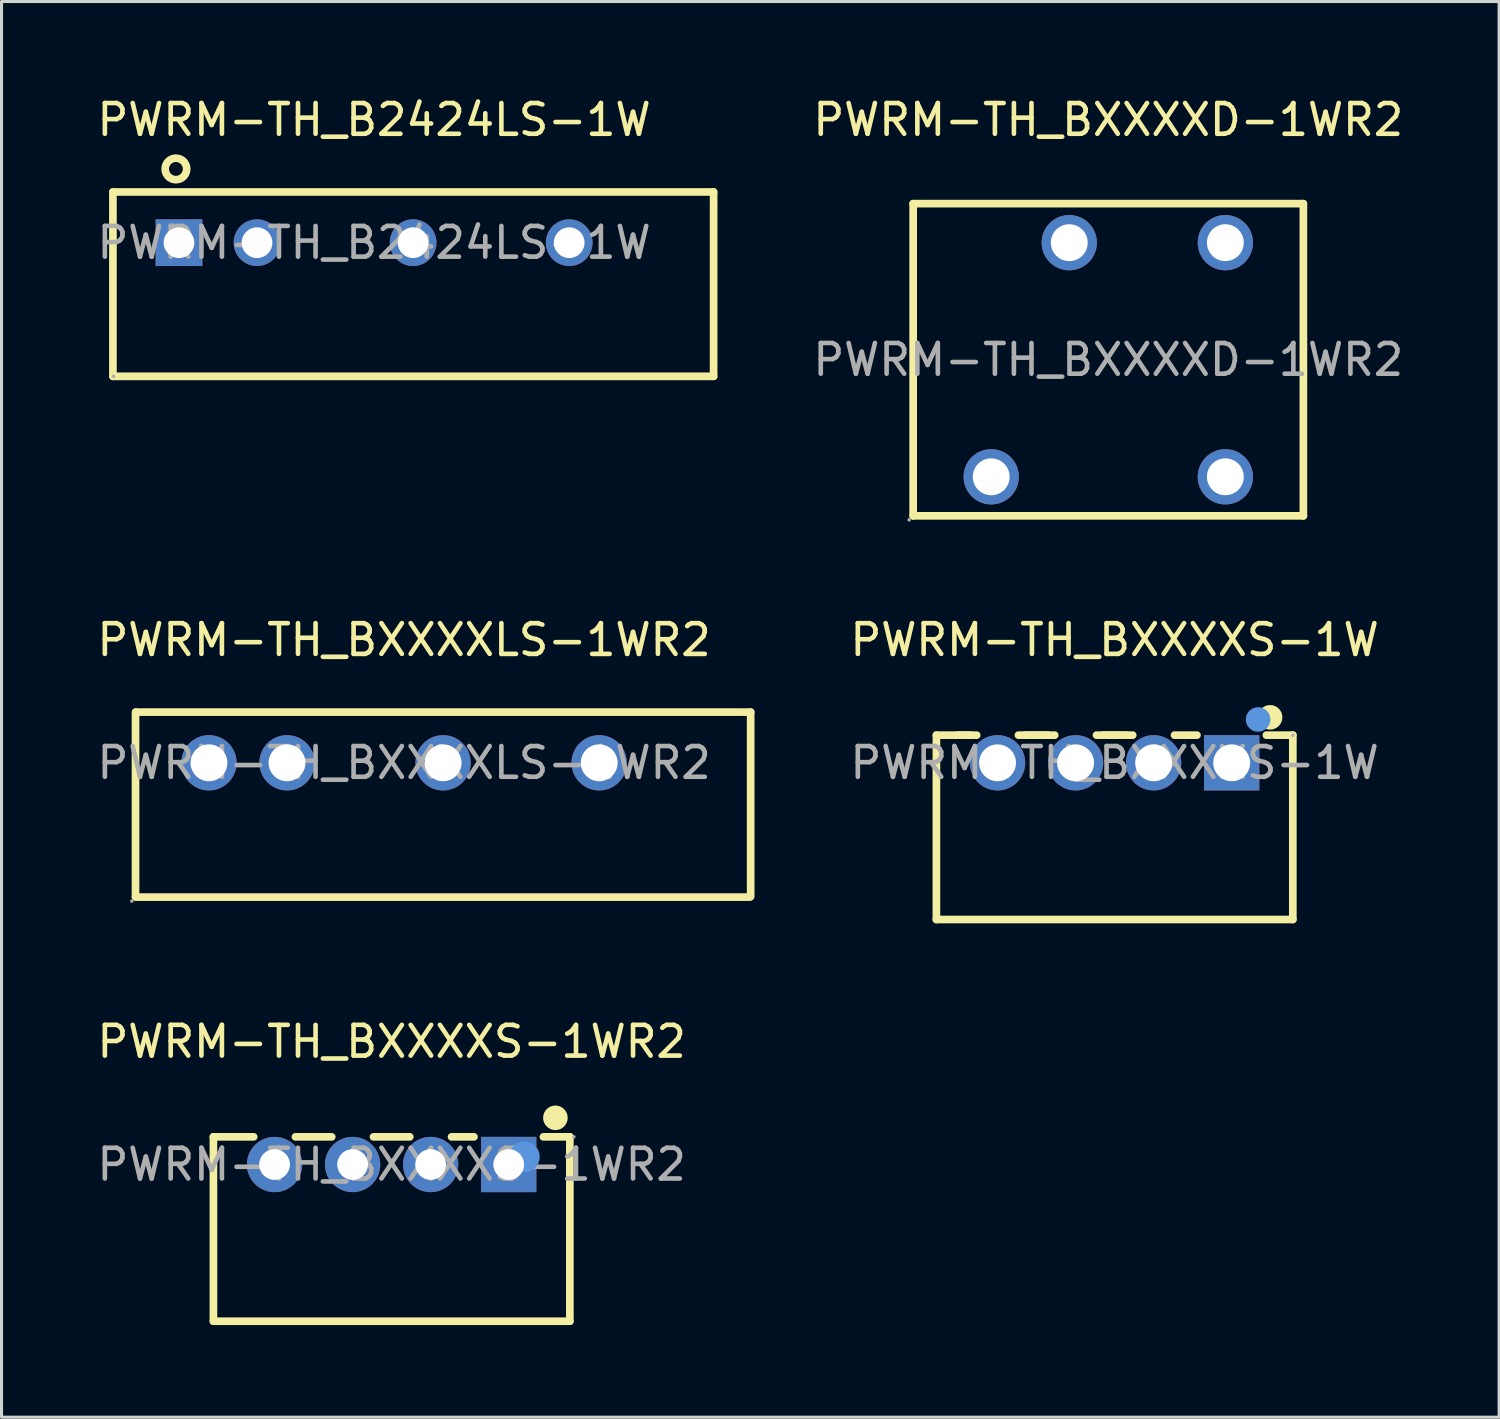
<source format=kicad_pcb>
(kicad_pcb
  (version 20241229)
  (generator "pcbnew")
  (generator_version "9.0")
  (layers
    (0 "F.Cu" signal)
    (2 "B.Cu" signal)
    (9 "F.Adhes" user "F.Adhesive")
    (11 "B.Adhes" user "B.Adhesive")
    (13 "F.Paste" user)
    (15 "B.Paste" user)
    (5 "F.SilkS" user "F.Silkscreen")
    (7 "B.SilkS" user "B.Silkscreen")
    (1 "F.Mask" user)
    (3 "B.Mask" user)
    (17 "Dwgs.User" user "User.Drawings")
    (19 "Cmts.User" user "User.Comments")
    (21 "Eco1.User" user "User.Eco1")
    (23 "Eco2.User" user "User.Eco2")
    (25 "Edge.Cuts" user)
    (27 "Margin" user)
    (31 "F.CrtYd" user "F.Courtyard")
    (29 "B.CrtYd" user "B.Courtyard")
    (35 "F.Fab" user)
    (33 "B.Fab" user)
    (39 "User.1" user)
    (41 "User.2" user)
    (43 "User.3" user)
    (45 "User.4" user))
  (footprint "PWRM-TH_B2424LS-1W"
    (layer "F.Cu")
    (at 9.125 4.848)
    (property "Reference" "PWRM-TH_B2424LS-1W" (at 0 -4 0) (layer "F.SilkS") (effects (font (size 1 1) (thickness 0.15))))
    (attr through_hole)
    (fp_line (start -8.5 -1.65) (end 11.05 -1.65) (stroke (width 0.25) (type solid)) (layer "F.SilkS"))
    (fp_line (start -8.5 -0.05) (end -8.5 -1.65) (stroke (width 0.25) (type solid)) (layer "F.SilkS"))
    (fp_line (start -8.5 4.35) (end -8.5 -0.05) (stroke (width 0.25) (type solid)) (layer "F.SilkS"))
    (fp_line (start 11.05 -1.65) (end 11.05 4.35) (stroke (width 0.25) (type solid)) (layer "F.SilkS"))
    (fp_line (start 11.05 4.35) (end -8.5 4.35) (stroke (width 0.25) (type solid)) (layer "F.SilkS"))
    (fp_circle (center -6.45 -2.4) (end -6.1 -2.4) (stroke (width 0.25) (type solid)) (fill no) (layer "F.SilkS"))
    (fp_circle (center -8.48 4.35) (end -8.45 4.35) (stroke (width 0.06) (type solid)) (fill no) (layer "F.Fab"))
    (fp_text user "${REFERENCE}" (at 0 0 0) (layer "F.Fab") (effects (font (size 1 1) (thickness 0.15))))
    (pad "1" thru_hole rect (at -6.35 0) (size 1.52 1.52) (drill 1) (layers "*.Cu" "*.Paste" "*.Mask"))
    (pad "2" thru_hole circle (at -3.81 0) (size 1.52 1.52) (drill 1) (layers "*.Cu" "*.Paste" "*.Mask"))
    (pad "4" thru_hole circle (at 1.27 0) (size 1.52 1.52) (drill 1) (layers "*.Cu" "*.Paste" "*.Mask"))
    (pad "6" thru_hole circle (at 6.35 0) (size 1.52 1.52) (drill 1) (layers "*.Cu" "*.Paste" "*.Mask")))
  (footprint "PWRM-TH_BXXXXS-1WR2"
    (layer "F.Cu")
    (at 9.696 34.85)
    (property "Reference" "PWRM-TH_BXXXXS-1WR2" (at 0 -4 0) (layer "F.SilkS") (effects (font (size 1 1) (thickness 0.15))))
    (attr through_hole)
    (fp_line (start -5.8 -0.9) (end -5.8 5.1) (stroke (width 0.25) (type solid)) (layer "F.SilkS"))
    (fp_line (start -4.49 -0.9) (end -5.8 -0.9) (stroke (width 0.25) (type solid)) (layer "F.SilkS"))
    (fp_line (start -1.95 -0.9) (end -3.13 -0.9) (stroke (width 0.25) (type solid)) (layer "F.SilkS"))
    (fp_line (start 0.59 -0.9) (end -0.59 -0.9) (stroke (width 0.25) (type solid)) (layer "F.SilkS"))
    (fp_line (start 2.68 -0.9) (end 1.95 -0.9) (stroke (width 0.25) (type solid)) (layer "F.SilkS"))
    (fp_line (start 5.8 -0.9) (end 4.94 -0.9) (stroke (width 0.25) (type solid)) (layer "F.SilkS"))
    (fp_line (start 5.8 -0.9) (end 5.8 5.1) (stroke (width 0.25) (type solid)) (layer "F.SilkS"))
    (fp_line (start 5.8 5.1) (end -5.8 5.1) (stroke (width 0.25) (type solid)) (layer "F.SilkS"))
    (fp_circle (center 5.33 -1.52) (end 5.53 -1.52) (stroke (width 0.4) (type solid)) (fill no) (layer "F.SilkS"))
    (fp_circle (center 4.32 -0.25) (end 4.57 -0.25) (stroke (width 0.5) (type solid)) (fill no) (layer "Cmts.User"))
    (fp_circle (center 5.93 -0.9) (end 5.96 -0.9) (stroke (width 0.06) (type solid)) (fill no) (layer "F.Fab"))
    (fp_text user "${REFERENCE}" (at 0 0 0) (layer "F.Fab") (effects (font (size 1 1) (thickness 0.15))))
    (pad "1" thru_hole rect (at 3.81 0) (size 1.8 1.8) (drill 1) (layers "*.Cu" "*.Paste" "*.Mask"))
    (pad "2" thru_hole circle (at 1.27 0) (size 1.8 1.8) (drill 1) (layers "*.Cu" "*.Paste" "*.Mask"))
    (pad "3" thru_hole circle (at -1.27 0) (size 1.8 1.8) (drill 1) (layers "*.Cu" "*.Paste" "*.Mask"))
    (pad "4" thru_hole circle (at -3.81 0) (size 1.8 1.8) (drill 1) (layers "*.Cu" "*.Paste" "*.Mask")))
  (footprint "PWRM-TH_BXXXXD-1WR2"
    (layer "F.Cu")
    (at 33.02 8.658)
    (property "Reference" "PWRM-TH_BXXXXD-1WR2" (at 0 -7.81 0) (layer "F.SilkS") (effects (font (size 1 1) (thickness 0.15))))
    (attr through_hole)
    (fp_line (start -6.35 -5.08) (end 6.35 -5.08) (stroke (width 0.25) (type solid)) (layer "F.SilkS"))
    (fp_line (start -6.35 5.08) (end -6.35 -5.08) (stroke (width 0.25) (type solid)) (layer "F.SilkS"))
    (fp_line (start 6.35 -5.08) (end 6.35 5.08) (stroke (width 0.25) (type solid)) (layer "F.SilkS"))
    (fp_line (start 6.35 5.08) (end -6.35 5.08) (stroke (width 0.25) (type solid)) (layer "F.SilkS"))
    (fp_circle (center -6.48 5.21) (end -6.45 5.21) (stroke (width 0.06) (type solid)) (fill no) (layer "F.Fab"))
    (fp_circle (center -3.81 3.81) (end -3.56 3.81) (stroke (width 0.5) (type solid)) (fill no) (layer "F.Fab"))
    (fp_circle (center -1.27 -3.81) (end -1.02 -3.81) (stroke (width 0.5) (type solid)) (fill no) (layer "F.Fab"))
    (fp_circle (center 3.81 -3.81) (end 4.06 -3.81) (stroke (width 0.5) (type solid)) (fill no) (layer "F.Fab"))
    (fp_circle (center 3.81 3.81) (end 4.06 3.81) (stroke (width 0.5) (type solid)) (fill no) (layer "F.Fab"))
    (fp_text user "${REFERENCE}" (at 0 0 0) (layer "F.Fab") (effects (font (size 1 1) (thickness 0.15))))
    (pad "1" thru_hole circle (at -3.81 3.81) (size 1.8 1.8) (drill 1.2) (layers "*.Cu" "*.Paste" "*.Mask"))
    (pad "4" thru_hole circle (at 3.81 3.81) (size 1.8 1.8) (drill 1.2) (layers "*.Cu" "*.Paste" "*.Mask"))
    (pad "5" thru_hole circle (at 3.81 -3.81) (size 1.8 1.8) (drill 1.2) (layers "*.Cu" "*.Paste" "*.Mask"))
    (pad "7" thru_hole circle (at -1.27 -3.81) (size 1.8 1.8) (drill 1.2) (layers "*.Cu" "*.Paste" "*.Mask")))
  (footprint "PWRM-TH_BXXXXS-1W"
    (layer "F.Cu")
    (at 33.226 21.776)
    (property "Reference" "PWRM-TH_BXXXXS-1W" (at 0 -4 0) (layer "F.SilkS") (effects (font (size 1 1) (thickness 0.15))))
    (attr through_hole)
    (fp_line (start -5.8 5.1) (end -5.8 -0.9) (stroke (width 0.25) (type solid)) (layer "F.SilkS"))
    (fp_line (start -4.71 -0.9) (end -5.8 -0.9) (stroke (width 0.25) (type solid)) (layer "F.SilkS"))
    (fp_line (start -4.49 -0.9) (end -5.12 -0.9) (stroke (width 0.25) (type solid)) (layer "F.SilkS"))
    (fp_line (start -2.17 -0.9) (end -2.91 -0.9) (stroke (width 0.25) (type solid)) (layer "F.SilkS"))
    (fp_line (start -1.95 -0.9) (end -3.13 -0.9) (stroke (width 0.25) (type solid)) (layer "F.SilkS"))
    (fp_line (start 0.37 -0.9) (end -0.37 -0.9) (stroke (width 0.25) (type solid)) (layer "F.SilkS"))
    (fp_line (start 0.59 -0.9) (end -0.59 -0.9) (stroke (width 0.25) (type solid)) (layer "F.SilkS"))
    (fp_line (start 2.68 -0.9) (end 1.95 -0.9) (stroke (width 0.25) (type solid)) (layer "F.SilkS"))
    (fp_line (start 5.8 -0.9) (end 4.94 -0.9) (stroke (width 0.25) (type solid)) (layer "F.SilkS"))
    (fp_line (start 5.8 5.1) (end -5.8 5.1) (stroke (width 0.25) (type solid)) (layer "F.SilkS"))
    (fp_line (start 5.8 5.1) (end 5.8 -0.9) (stroke (width 0.25) (type solid)) (layer "F.SilkS"))
    (fp_circle (center 5.06 -1.48) (end 5.26 -1.48) (stroke (width 0.4) (type solid)) (fill no) (layer "F.SilkS"))
    (fp_circle (center 4.67 -1.41) (end 4.87 -1.41) (stroke (width 0.4) (type solid)) (fill no) (layer "Cmts.User"))
    (fp_circle (center 5.8 -0.9) (end 5.83 -0.9) (stroke (width 0.06) (type solid)) (fill no) (layer "F.Fab"))
    (fp_text user "${REFERENCE}" (at 0 0 0) (layer "F.Fab") (effects (font (size 1 1) (thickness 0.15))))
    (pad "1" thru_hole rect (at 3.81 0 180) (size 1.8 1.8) (drill 1.2) (layers "*.Cu" "*.Paste" "*.Mask"))
    (pad "2" thru_hole circle (at 1.27 0 180) (size 1.8 1.8) (drill 1.2) (layers "*.Cu" "*.Paste" "*.Mask"))
    (pad "3" thru_hole circle (at -1.27 0 180) (size 1.8 1.8) (drill 1.2) (layers "*.Cu" "*.Paste" "*.Mask"))
    (pad "4" thru_hole circle (at -3.81 0 180) (size 1.8 1.8) (drill 1.2) (layers "*.Cu" "*.Paste" "*.Mask")))
  (footprint "PWRM-TH_BXXXXLS-1WR2"
    (layer "F.Cu")
    (at 10.101 21.776)
    (property "Reference" "PWRM-TH_BXXXXLS-1WR2" (at 0 -4 0) (layer "F.SilkS") (effects (font (size 1 1) (thickness 0.15))))
    (attr through_hole)
    (fp_line (start -8.74 -1.65) (end -8.74 4.35) (stroke (width 0.25) (type solid)) (layer "F.SilkS"))
    (fp_line (start -8.74 4.37) (end 11.26 4.37) (stroke (width 0.25) (type solid)) (layer "F.SilkS"))
    (fp_line (start -8.72 -1.65) (end 11.28 -1.65) (stroke (width 0.25) (type solid)) (layer "F.SilkS"))
    (fp_line (start 11.28 -1.65) (end 11.28 4.35) (stroke (width 0.25) (type solid)) (layer "F.SilkS"))
    (fp_circle (center -8.86 4.5) (end -8.83 4.5) (stroke (width 0.06) (type solid)) (fill no) (layer "F.Fab"))
    (fp_circle (center -6.35 0) (end -6.1 0) (stroke (width 0.5) (type solid)) (fill no) (layer "F.Fab"))
    (fp_circle (center -3.81 0) (end -3.56 0) (stroke (width 0.5) (type solid)) (fill no) (layer "F.Fab"))
    (fp_circle (center 1.27 0) (end 1.52 0) (stroke (width 0.5) (type solid)) (fill no) (layer "F.Fab"))
    (fp_circle (center 6.35 0) (end 6.6 0) (stroke (width 0.5) (type solid)) (fill no) (layer "F.Fab"))
    (fp_text user "${REFERENCE}" (at 0 0 0) (layer "F.Fab") (effects (font (size 1 1) (thickness 0.15))))
    (pad "1" thru_hole circle (at -6.35 0) (size 1.8 1.8) (drill 1.2) (layers "*.Cu" "*.Paste" "*.Mask"))
    (pad "2" thru_hole circle (at -3.81 0) (size 1.8 1.8) (drill 1.2) (layers "*.Cu" "*.Paste" "*.Mask"))
    (pad "4" thru_hole circle (at 1.27 0) (size 1.8 1.8) (drill 1.2) (layers "*.Cu" "*.Paste" "*.Mask"))
    (pad "6" thru_hole circle (at 6.35 0) (size 1.8 1.8) (drill 1.2) (layers "*.Cu" "*.Paste" "*.Mask")))
  (gr_rect
    (start -3 -3)
    (end 45.74 43.075)
    (stroke (width 0.1) (type default))
    (fill no)
    (layer "Edge.Cuts")))
</source>
